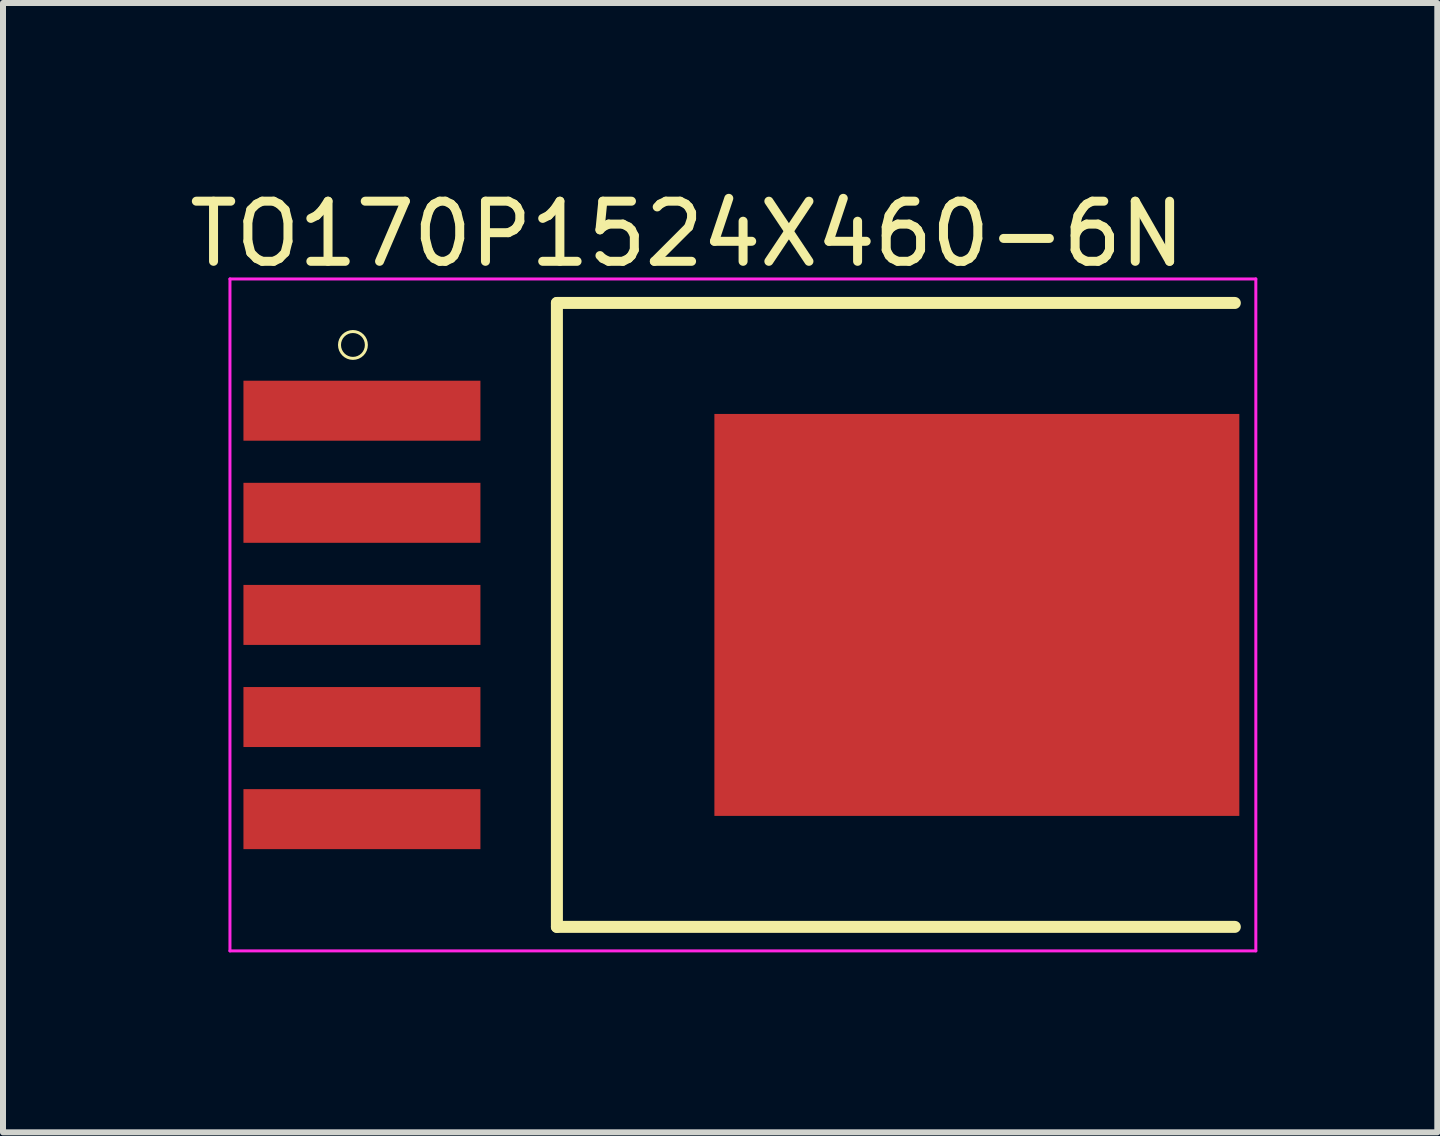
<source format=kicad_pcb>
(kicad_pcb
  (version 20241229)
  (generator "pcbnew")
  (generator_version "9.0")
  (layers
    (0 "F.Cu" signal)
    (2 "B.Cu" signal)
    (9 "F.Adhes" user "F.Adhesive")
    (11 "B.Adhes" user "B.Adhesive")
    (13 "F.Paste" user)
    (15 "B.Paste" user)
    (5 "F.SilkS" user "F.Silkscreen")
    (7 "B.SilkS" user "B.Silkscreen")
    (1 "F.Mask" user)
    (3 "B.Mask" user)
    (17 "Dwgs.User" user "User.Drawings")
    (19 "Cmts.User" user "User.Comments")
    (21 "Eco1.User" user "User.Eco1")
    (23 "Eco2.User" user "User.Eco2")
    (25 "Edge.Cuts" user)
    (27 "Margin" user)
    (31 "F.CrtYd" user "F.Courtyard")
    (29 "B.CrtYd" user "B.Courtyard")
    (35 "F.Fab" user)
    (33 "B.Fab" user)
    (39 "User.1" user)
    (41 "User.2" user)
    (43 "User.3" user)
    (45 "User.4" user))
  (footprint "TO170P1524X460-6N"
    (layer "F.Cu")
    (at 9.333 7.2)
    (property "Reference" "TO170P1524X460-6N" (at -0.927 -6.35 0) (layer "F.SilkS") (effects (font (size 1.002 1.002) (thickness 0.15))))
    (attr through_hole)
    (fp_line (start -3.1 -5.2) (end -3.1 5.2) (stroke (width 0.2) (type solid)) (layer "F.SilkS"))
    (fp_line (start -3.1 5.2) (end 8.2 5.2) (stroke (width 0.2) (type solid)) (layer "F.SilkS"))
    (fp_line (start 8.2 -5.2) (end -3.1 -5.2) (stroke (width 0.2) (type solid)) (layer "F.SilkS"))
    (fp_circle (center -6.5 -4.5) (end -6.276 -4.5) (stroke (width 0.05) (type solid)) (fill no) (layer "F.SilkS"))
    (fp_poly (pts (xy 0.077 -0.652) (xy 1.579 -0.652) (xy 1.579 0.654) (xy 0.077 0.654)) (stroke (width 0.01) (type solid)) (fill yes) (layer "F.Paste"))
    (fp_poly (pts (xy 0.079 1.349) (xy 1.581 1.349) (xy 1.581 2.66) (xy 0.079 2.66)) (stroke (width 0.01) (type solid)) (fill yes) (layer "F.Paste"))
    (fp_poly (pts (xy 0.08 -2.652) (xy 1.582 -2.652) (xy 1.582 -1.352) (xy 0.08 -1.352)) (stroke (width 0.01) (type solid)) (fill yes) (layer "F.Paste"))
    (fp_poly (pts (xy 2.15 1.352) (xy 3.648 1.352) (xy 3.648 2.661) (xy 2.15 2.661)) (stroke (width 0.01) (type solid)) (fill yes) (layer "F.Paste"))
    (fp_poly (pts (xy 2.151 -2.652) (xy 3.651 -2.652) (xy 3.651 -1.349) (xy 2.151 -1.349)) (stroke (width 0.01) (type solid)) (fill yes) (layer "F.Paste"))
    (fp_poly (pts (xy 2.155 -0.65) (xy 3.652 -0.65) (xy 3.652 0.655) (xy 2.155 0.655)) (stroke (width 0.01) (type solid)) (fill yes) (layer "F.Paste"))
    (fp_poly (pts (xy 4.154 -0.647) (xy 5.65 -0.647) (xy 5.65 0.658) (xy 4.154 0.658)) (stroke (width 0.01) (type solid)) (fill yes) (layer "F.Paste"))
    (fp_poly (pts (xy 4.158 1.35) (xy 5.652 1.35) (xy 5.652 2.659) (xy 4.158 2.659)) (stroke (width 0.01) (type solid)) (fill yes) (layer "F.Paste"))
    (fp_poly (pts (xy 4.162 -2.652) (xy 5.65 -2.652) (xy 5.65 -1.352) (xy 4.162 -1.352)) (stroke (width 0.01) (type solid)) (fill yes) (layer "F.Paste"))
    (fp_poly (pts (xy 6.226 -2.65) (xy 7.719 -2.65) (xy 7.719 -1.348) (xy 6.226 -1.348)) (stroke (width 0.01) (type solid)) (fill yes) (layer "F.Paste"))
    (fp_poly (pts (xy 6.23 1.341) (xy 7.725 1.341) (xy 7.725 2.648) (xy 6.23 2.648)) (stroke (width 0.01) (type solid)) (fill yes) (layer "F.Paste"))
    (fp_poly (pts (xy 6.23 -0.647) (xy 7.724 -0.647) (xy 7.724 0.658) (xy 6.23 0.658)) (stroke (width 0.01) (type solid)) (fill yes) (layer "F.Paste"))
    (fp_line (start -8.55 -5.6) (end 8.55 -5.6) (stroke (width 0.05) (type solid)) (layer "F.CrtYd"))
    (fp_line (start -8.55 5.6) (end -8.55 -5.6) (stroke (width 0.05) (type solid)) (layer "F.CrtYd"))
    (fp_line (start 8.55 -5.6) (end 8.55 5.6) (stroke (width 0.05) (type solid)) (layer "F.CrtYd"))
    (fp_line (start 8.55 5.6) (end -8.55 5.6) (stroke (width 0.05) (type solid)) (layer "F.CrtYd"))
    (pad "1" smd rect (at -6.35 -3.404) (size 3.95 1) (layers "F.Cu" "F.Mask" "F.Paste"))
    (pad "2" smd rect (at -6.35 -1.702) (size 3.95 1) (layers "F.Cu" "F.Mask" "F.Paste"))
    (pad "3" smd rect (at -6.35 0) (size 3.95 1) (layers "F.Cu" "F.Mask" "F.Paste"))
    (pad "4" smd rect (at -6.35 1.702) (size 3.95 1) (layers "F.Cu" "F.Mask" "F.Paste"))
    (pad "5" smd rect (at -6.35 3.404) (size 3.95 1) (layers "F.Cu" "F.Mask" "F.Paste"))
    (pad "6" smd rect (at 3.9 0) (size 8.75 6.7) (layers "F.Cu" "F.Mask")))
  (gr_rect
    (start -3 -3)
    (end 20.908 15.825)
    (stroke (width 0.1) (type default))
    (fill no)
    (layer "Edge.Cuts")))
</source>
